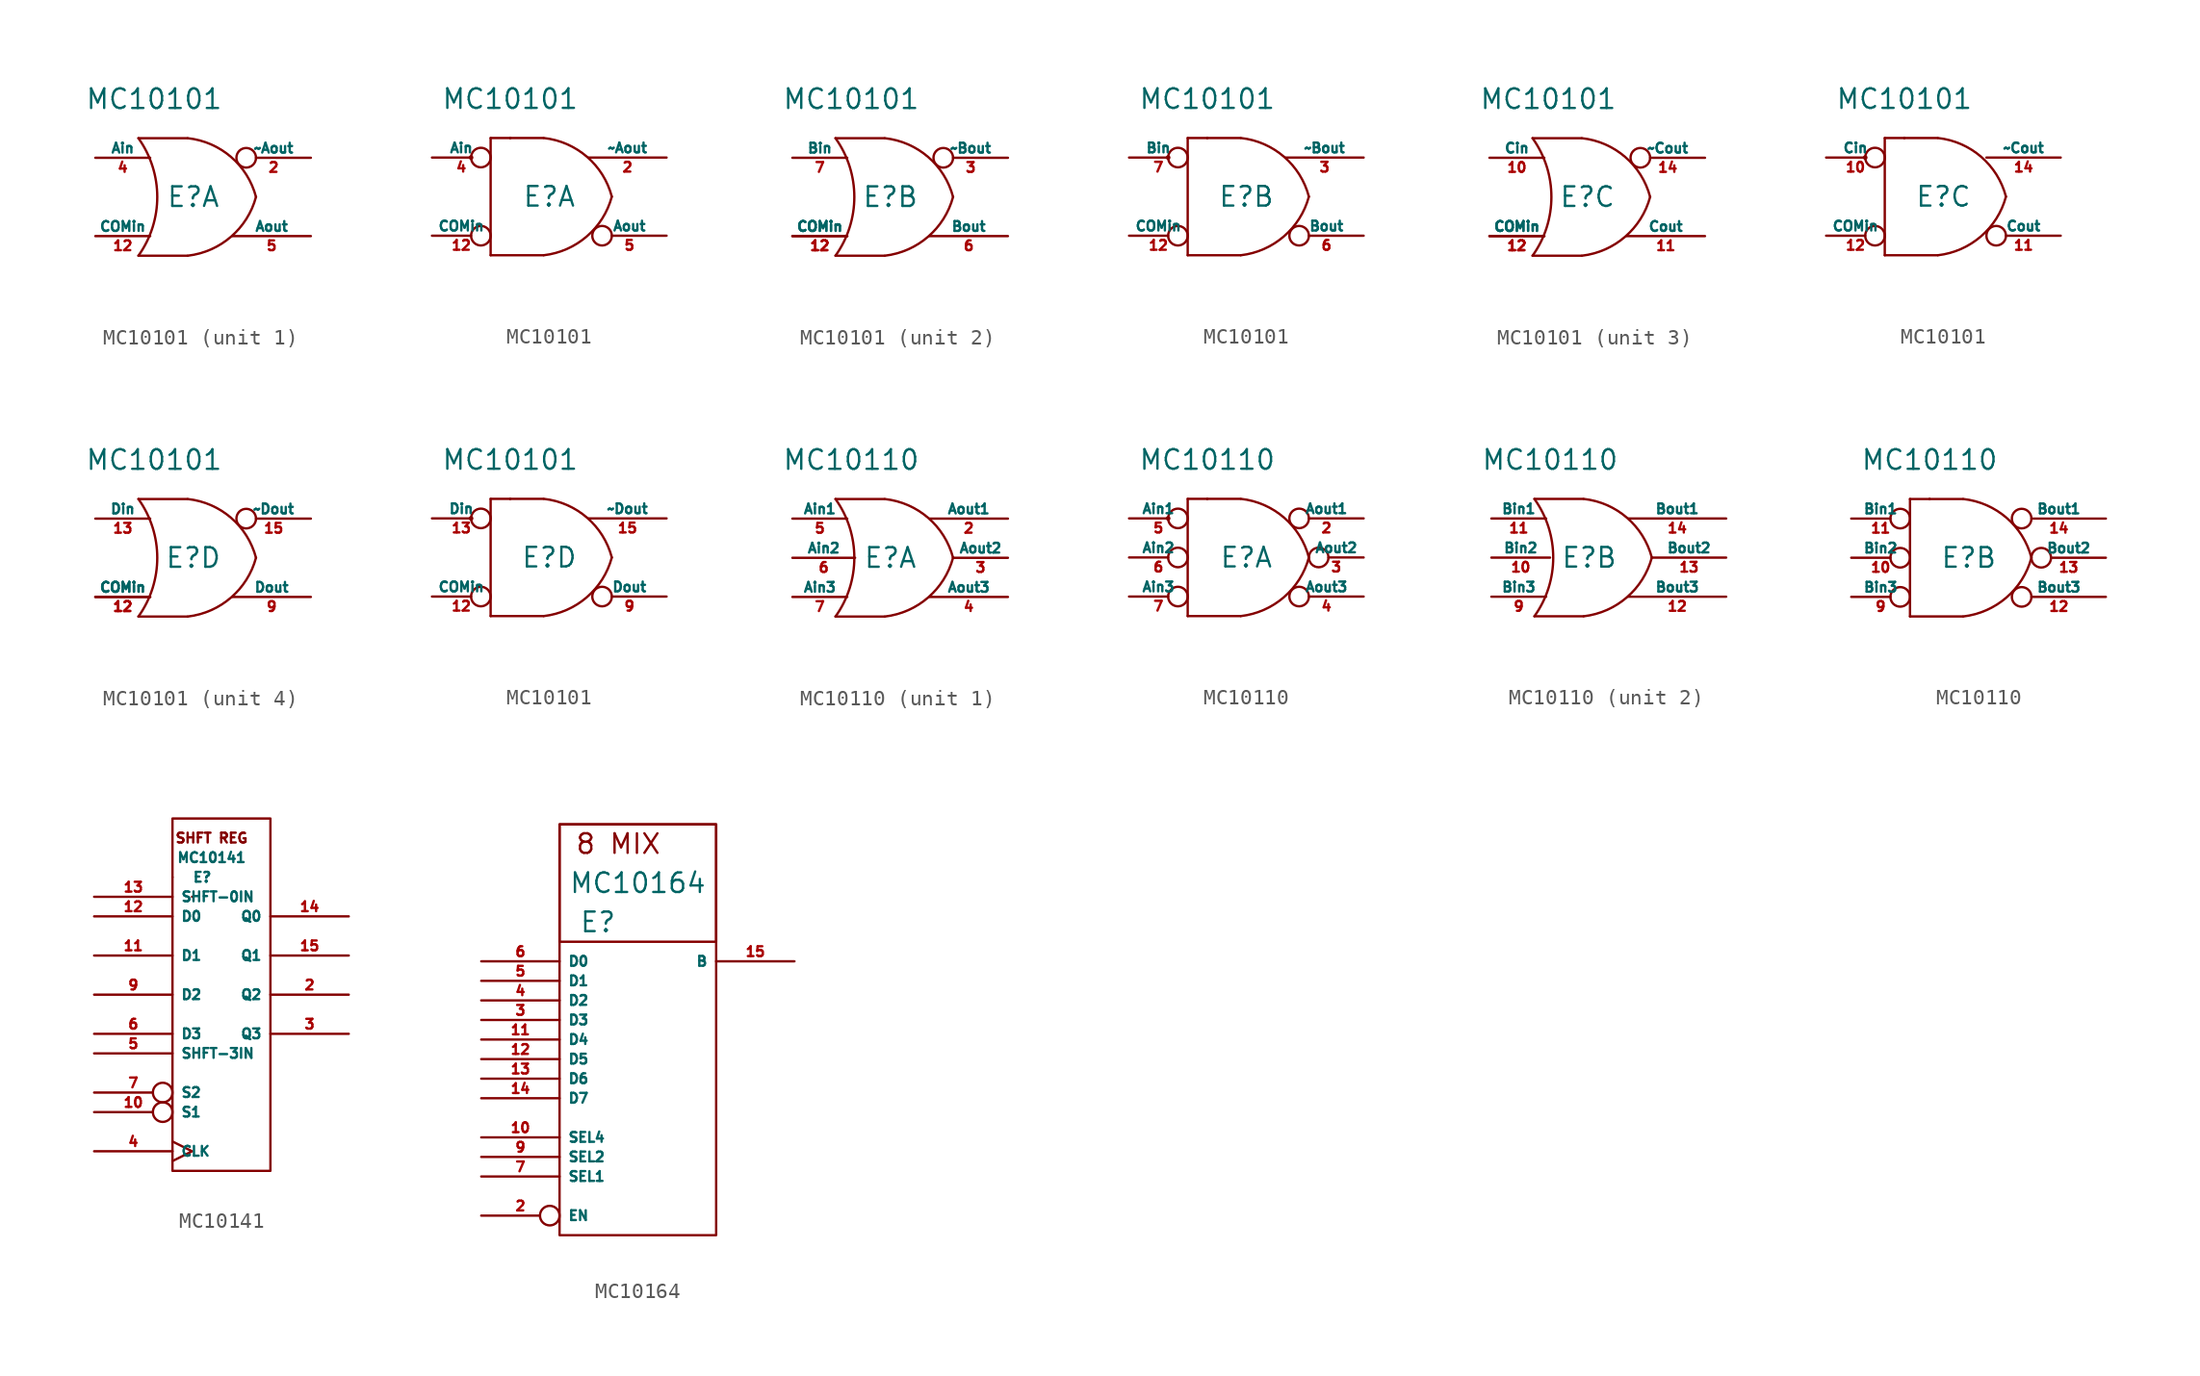
<source format=kicad_sym>
(kicad_symbol_lib
  (version 20211014)
  (generator kicad_symbol_editor)
  (symbol "MC10101"
    (pin_names
      (offset 0))
    (property "Reference" "E"
      (at -3.81 0 0)
      (effects (font (size 1.27 1.27))))
    (property "Value" "MC10101"
      (at -6.35 6.35 0)
      (effects (font (size 1.27 1.27))))
    (symbol "MC10101_0_0"
      (pin power_in line (at -6.35 6.35 270) (length 2.54) hide (name "VCC1" (effects (font (size 0.635 0.635)))) (number "1" (effects (font (size 0.635 0.635)))))
      (pin power_in line (at -1.27 6.35 270) (length 3.556) hide (name "VCC2" (effects (font (size 0.635 0.635)))) (number "16" (effects (font (size 0.635 0.635)))))
      (pin passive line (at -5.08 -6.35 90) (length 2.54) hide (name "VEE" (effects (font (size 0.635 0.635)))) (number "8" (effects (font (size 0.635 0.635))))))
    (symbol "MC10101_0_1"
      (arc (start -7.3662 -3.81) (mid -6.1452 0) (end -7.3662 3.81) (stroke (width 0) (type default) (color 0 0 0 0)) (fill (type none)))
      (arc (start -4.1658 -3.81) (mid -1.3707 -2.584) (end 0.2538 0) (stroke (width 0) (type default) (color 0 0 0 0)) (fill (type none)))
      (polyline (pts (xy -7.366 -3.81) (xy -4.191 -3.81)) (stroke (width 0) (type default) (color 0 0 0 0)) (fill (type none)))
      (polyline (pts (xy -7.366 3.81) (xy -4.191 3.81)) (stroke (width 0) (type default) (color 0 0 0 0)) (fill (type none)))
      (arc (start 0.2538 0) (mid -1.3634 2.5925) (end -4.1658 3.81) (stroke (width 0) (type default) (color 0 0 0 0)) (fill (type none)))
      (pin input line (at -10.16 -2.54 0) (length 3.556) (name "COMin" (effects (font (size 0.635 0.635)))) (number "12" (effects (font (size 0.635 0.635))))))
    (symbol "MC10101_0_2"
      (arc (start -4.1658 -3.81) (mid -1.3707 -2.584) (end 0.2538 0) (stroke (width 0) (type default) (color 0 0 0 0)) (fill (type none)))
      (polyline (pts (xy -7.62 -3.81) (xy -4.191 -3.81)) (stroke (width 0) (type default) (color 0 0 0 0)) (fill (type none)))
      (polyline (pts (xy -7.62 3.81) (xy -7.62 -3.81)) (stroke (width 0) (type default) (color 0 0 0 0)) (fill (type none)))
      (polyline (pts (xy -7.62 3.81) (xy -4.191 3.81)) (stroke (width 0) (type default) (color 0 0 0 0)) (fill (type none)))
      (polyline (pts (xy -6.35 3.81) (xy -6.35 3.81)) (stroke (width 0) (type default) (color 0 0 0 0)) (fill (type none)))
      (polyline (pts (xy -6.35 3.81) (xy -6.35 3.81)) (stroke (width 0) (type default) (color 0 0 0 0)) (fill (type none)))
      (arc (start 0.2538 0) (mid -1.3634 2.5925) (end -4.1658 3.81) (stroke (width 0) (type default) (color 0 0 0 0)) (fill (type none)))
      (pin input inverted (at -11.43 -2.54 0) (length 3.81) (name "COMin" (effects (font (size 0.635 0.635)))) (number "12" (effects (font (size 0.635 0.635))))))
    (symbol "MC10101_1_1"
      (pin output inverted (at 3.81 2.54 180) (length 4.826) (name "~Aout" (effects (font (size 0.635 0.635)))) (number "2" (effects (font (size 0.635 0.635)))))
      (pin input line (at -10.16 2.54 0) (length 3.556) (name "Ain" (effects (font (size 0.635 0.635)))) (number "4" (effects (font (size 0.635 0.635)))))
      (pin output line (at 3.81 -2.54 180) (length 5.08) (name "Aout" (effects (font (size 0.635 0.635)))) (number "5" (effects (font (size 0.635 0.635))))))
    (symbol "MC10101_1_2"
      (circle (center -8.89 2.54) (radius 0.0001) (stroke (width 0) (type default) (color 0 0 0 0)) (fill (type none)))
      (pin output line (at 3.81 2.54 180) (length 5.08) (name "~Aout" (effects (font (size 0.635 0.635)))) (number "2" (effects (font (size 0.635 0.635)))))
      (pin input inverted (at -11.43 2.54 0) (length 3.81) (name "Ain" (effects (font (size 0.635 0.635)))) (number "4" (effects (font (size 0.635 0.635)))))
      (pin output inverted (at 3.81 -2.54 180) (length 4.826) (name "Aout" (effects (font (size 0.635 0.635)))) (number "5" (effects (font (size 0.635 0.635))))))
    (symbol "MC10101_2_1"
      (pin input line (at -10.16 -2.54 0) (length 3.556) (name "COMin" (effects (font (size 0.635 0.635)))) (number "12" (effects (font (size 0.635 0.635)))))
      (pin output inverted (at 3.81 2.54 180) (length 4.826) (name "~Bout" (effects (font (size 0.635 0.635)))) (number "3" (effects (font (size 0.635 0.635)))))
      (pin output line (at 3.81 -2.54 180) (length 5.08) (name "Bout" (effects (font (size 0.635 0.635)))) (number "6" (effects (font (size 0.635 0.635)))))
      (pin input line (at -10.16 2.54 0) (length 3.556) (name "Bin" (effects (font (size 0.635 0.635)))) (number "7" (effects (font (size 0.635 0.635))))))
    (symbol "MC10101_2_2"
      (circle (center -8.89 2.54) (radius 0.0001) (stroke (width 0) (type default) (color 0 0 0 0)) (fill (type none)))
      (pin output line (at 3.81 2.54 180) (length 5.08) (name "~Bout" (effects (font (size 0.635 0.635)))) (number "3" (effects (font (size 0.635 0.635)))))
      (pin output inverted (at 3.81 -2.54 180) (length 4.826) (name "Bout" (effects (font (size 0.635 0.635)))) (number "6" (effects (font (size 0.635 0.635)))))
      (pin input inverted (at -11.43 2.54 0) (length 3.81) (name "Bin" (effects (font (size 0.635 0.635)))) (number "7" (effects (font (size 0.635 0.635))))))
    (symbol "MC10101_3_1"
      (pin input line (at -10.16 2.54 0) (length 3.556) (name "Cin" (effects (font (size 0.635 0.635)))) (number "10" (effects (font (size 0.635 0.635)))))
      (pin output line (at 3.81 -2.54 180) (length 5.08) (name "Cout" (effects (font (size 0.635 0.635)))) (number "11" (effects (font (size 0.635 0.635)))))
      (pin input line (at -10.16 -2.54 0) (length 3.556) (name "COMin" (effects (font (size 0.635 0.635)))) (number "12" (effects (font (size 0.635 0.635)))))
      (pin output inverted (at 3.81 2.54 180) (length 4.826) (name "~Cout" (effects (font (size 0.635 0.635)))) (number "14" (effects (font (size 0.635 0.635))))))
    (symbol "MC10101_3_2"
      (circle (center -8.89 2.54) (radius 0.0001) (stroke (width 0) (type default) (color 0 0 0 0)) (fill (type none)))
      (pin input inverted (at -11.43 2.54 0) (length 3.81) (name "Cin" (effects (font (size 0.635 0.635)))) (number "10" (effects (font (size 0.635 0.635)))))
      (pin output inverted (at 3.81 -2.54 180) (length 4.826) (name "Cout" (effects (font (size 0.635 0.635)))) (number "11" (effects (font (size 0.635 0.635)))))
      (pin output line (at 3.81 2.54 180) (length 4.826) (name "~Cout" (effects (font (size 0.635 0.635)))) (number "14" (effects (font (size 0.635 0.635))))))
    (symbol "MC10101_4_1"
      (pin input line (at -10.16 -2.54 0) (length 3.556) (name "COMin" (effects (font (size 0.635 0.635)))) (number "12" (effects (font (size 0.635 0.635)))))
      (pin input line (at -10.16 2.54 0) (length 3.556) (name "Din" (effects (font (size 0.635 0.635)))) (number "13" (effects (font (size 0.635 0.635)))))
      (pin output inverted (at 3.81 2.54 180) (length 4.826) (name "~Dout" (effects (font (size 0.635 0.635)))) (number "15" (effects (font (size 0.635 0.635)))))
      (pin output line (at 3.81 -2.54 180) (length 5.08) (name "Dout" (effects (font (size 0.635 0.635)))) (number "9" (effects (font (size 0.635 0.635))))))
    (symbol "MC10101_4_2"
      (circle (center -8.89 2.54) (radius 0.0001) (stroke (width 0) (type default) (color 0 0 0 0)) (fill (type none)))
      (pin input inverted (at -11.43 2.54 0) (length 3.81) (name "Din" (effects (font (size 0.635 0.635)))) (number "13" (effects (font (size 0.635 0.635)))))
      (pin output line (at 3.81 2.54 180) (length 5.08) (name "~Dout" (effects (font (size 0.635 0.635)))) (number "15" (effects (font (size 0.635 0.635)))))
      (pin output inverted (at 3.81 -2.54 180) (length 4.826) (name "Dout" (effects (font (size 0.635 0.635)))) (number "9" (effects (font (size 0.635 0.635)))))))
  (symbol "MC10110"
    (pin_names
      (offset 0))
    (property "Reference" "E"
      (at -3.81 0 0)
      (effects (font (size 1.27 1.27))))
    (property "Value" "MC10110"
      (at -6.35 6.35 0)
      (effects (font (size 1.27 1.27))))
    (symbol "MC10110_0_0"
      (pin power_in line (at -6.35 6.35 270) (length 2.54) hide (name "VCC1" (effects (font (size 0.635 0.635)))) (number "1" (effects (font (size 0.635 0.635)))))
      (pin power_in line (at -3.81 6.35 270) (length 2.54) hide (name "VCC1" (effects (font (size 0.635 0.635)))) (number "15" (effects (font (size 0.635 0.635)))))
      (pin power_in line (at -1.27 6.35 270) (length 3.556) hide (name "VCC2" (effects (font (size 0.635 0.635)))) (number "16" (effects (font (size 0.635 0.635)))))
      (pin passive line (at -5.08 -6.35 90) (length 2.54) hide (name "VEE" (effects (font (size 0.635 0.635)))) (number "8" (effects (font (size 0.635 0.635))))))
    (symbol "MC10110_0_1"
      (arc (start -7.3662 -3.81) (mid -6.1452 0) (end -7.3662 3.81) (stroke (width 0) (type default) (color 0 0 0 0)) (fill (type none)))
      (arc (start -4.1658 -3.81) (mid -1.3707 -2.584) (end 0.2538 0) (stroke (width 0) (type default) (color 0 0 0 0)) (fill (type none)))
      (polyline (pts (xy -7.366 -3.81) (xy -4.191 -3.81)) (stroke (width 0) (type default) (color 0 0 0 0)) (fill (type none)))
      (polyline (pts (xy -7.366 3.81) (xy -4.191 3.81)) (stroke (width 0) (type default) (color 0 0 0 0)) (fill (type none)))
      (arc (start 0.2538 0) (mid -1.3634 2.5925) (end -4.1658 3.81) (stroke (width 0) (type default) (color 0 0 0 0)) (fill (type none))))
    (symbol "MC10110_0_2"
      (arc (start -4.1658 -3.81) (mid -1.3707 -2.584) (end 0.2538 0) (stroke (width 0) (type default) (color 0 0 0 0)) (fill (type none)))
      (polyline (pts (xy -7.62 -3.81) (xy -4.191 -3.81)) (stroke (width 0) (type default) (color 0 0 0 0)) (fill (type none)))
      (polyline (pts (xy -7.62 3.81) (xy -7.62 -3.81)) (stroke (width 0) (type default) (color 0 0 0 0)) (fill (type none)))
      (polyline (pts (xy -7.62 3.81) (xy -4.191 3.81)) (stroke (width 0) (type default) (color 0 0 0 0)) (fill (type none)))
      (polyline (pts (xy -6.35 3.81) (xy -6.35 3.81)) (stroke (width 0) (type default) (color 0 0 0 0)) (fill (type none)))
      (polyline (pts (xy -6.35 3.81) (xy -6.35 3.81)) (stroke (width 0) (type default) (color 0 0 0 0)) (fill (type none)))
      (arc (start 0.2538 0) (mid -1.3634 2.5925) (end -4.1658 3.81) (stroke (width 0) (type default) (color 0 0 0 0)) (fill (type none))))
    (symbol "MC10110_1_1"
      (pin output line (at 3.81 2.54 180) (length 5.08) (name "Aout1" (effects (font (size 0.635 0.635)))) (number "2" (effects (font (size 0.635 0.635)))))
      (pin output line (at 3.81 0 180) (length 3.556) (name "Aout2" (effects (font (size 0.635 0.635)))) (number "3" (effects (font (size 0.635 0.635)))))
      (pin output line (at 3.81 -2.54 180) (length 5.08) (name "Aout3" (effects (font (size 0.635 0.635)))) (number "4" (effects (font (size 0.635 0.635)))))
      (pin input line (at -10.16 2.54 0) (length 3.556) (name "Ain1" (effects (font (size 0.635 0.635)))) (number "5" (effects (font (size 0.635 0.635)))))
      (pin input line (at -10.16 0 0) (length 4.064) (name "Ain2" (effects (font (size 0.635 0.635)))) (number "6" (effects (font (size 0.635 0.635)))))
      (pin input line (at -10.16 -2.54 0) (length 3.556) (name "Ain3" (effects (font (size 0.635 0.635)))) (number "7" (effects (font (size 0.635 0.635))))))
    (symbol "MC10110_1_2"
      (circle (center -8.89 2.54) (radius 0.0001) (stroke (width 0) (type default) (color 0 0 0 0)) (fill (type none)))
      (pin output inverted (at 3.81 2.54 180) (length 4.826) (name "Aout1" (effects (font (size 0.635 0.635)))) (number "2" (effects (font (size 0.635 0.635)))))
      (pin output inverted (at 3.81 0 180) (length 3.556) (name "Aout2" (effects (font (size 0.635 0.635)))) (number "3" (effects (font (size 0.635 0.635)))))
      (pin output inverted (at 3.81 -2.54 180) (length 4.826) (name "Aout3" (effects (font (size 0.635 0.635)))) (number "4" (effects (font (size 0.635 0.635)))))
      (pin input inverted (at -11.43 2.54 0) (length 3.81) (name "Ain1" (effects (font (size 0.635 0.635)))) (number "5" (effects (font (size 0.635 0.635)))))
      (pin input inverted (at -11.43 0 0) (length 3.81) (name "Ain2" (effects (font (size 0.635 0.635)))) (number "6" (effects (font (size 0.635 0.635)))))
      (pin input inverted (at -11.43 -2.54 0) (length 3.81) (name "Ain3" (effects (font (size 0.635 0.635)))) (number "7" (effects (font (size 0.635 0.635))))))
    (symbol "MC10110_2_1"
      (pin input line (at -10.16 0 0) (length 3.81) (name "Bin2" (effects (font (size 0.635 0.635)))) (number "10" (effects (font (size 0.635 0.635)))))
      (pin input line (at -10.16 2.54 0) (length 3.556) (name "Bin1" (effects (font (size 0.635 0.635)))) (number "11" (effects (font (size 0.635 0.635)))))
      (pin output line (at 5.08 -2.54 180) (length 6.35) (name "Bout3" (effects (font (size 0.635 0.635)))) (number "12" (effects (font (size 0.635 0.635)))))
      (pin output line (at 5.08 0 180) (length 4.826) (name "Bout2" (effects (font (size 0.635 0.635)))) (number "13" (effects (font (size 0.635 0.635)))))
      (pin output line (at 5.08 2.54 180) (length 6.35) (name "Bout1" (effects (font (size 0.635 0.635)))) (number "14" (effects (font (size 0.635 0.635)))))
      (pin input line (at -10.16 -2.54 0) (length 3.556) (name "Bin3" (effects (font (size 0.635 0.635)))) (number "9" (effects (font (size 0.635 0.635))))))
    (symbol "MC10110_2_2"
      (pin input inverted (at -11.43 0 0) (length 3.81) (name "Bin2" (effects (font (size 0.635 0.635)))) (number "10" (effects (font (size 0.635 0.635)))))
      (pin input inverted (at -11.43 2.54 0) (length 3.81) (name "Bin1" (effects (font (size 0.635 0.635)))) (number "11" (effects (font (size 0.635 0.635)))))
      (pin output inverted (at 5.08 -2.54 180) (length 6.096) (name "Bout3" (effects (font (size 0.635 0.635)))) (number "12" (effects (font (size 0.635 0.635)))))
      (pin output inverted (at 5.08 0 180) (length 4.826) (name "Bout2" (effects (font (size 0.635 0.635)))) (number "13" (effects (font (size 0.635 0.635)))))
      (pin output inverted (at 5.08 2.54 180) (length 6.096) (name "Bout1" (effects (font (size 0.635 0.635)))) (number "14" (effects (font (size 0.635 0.635)))))
      (pin input inverted (at -11.43 -2.54 0) (length 3.81) (name "Bin3" (effects (font (size 0.635 0.635)))) (number "9" (effects (font (size 0.635 0.635)))))))
  (symbol "MC10141"
    (property "Reference" "E"
      (at 1.27 17.78 0)
      (effects (font (size 0.635 0.635)) (justify left)))
    (property "Value" "MC10141"
      (at 2.54 19.05 0)
      (effects (font (size 0.635 0.635))))
    (symbol "MC10141_0_0"
      (rectangle (start 0 17.78) (end 0 17.78) (stroke (width 0) (type default) (color 0 0 0 0)) (fill (type none)))
      (rectangle (start 1.27 16.51) (end 1.27 16.51) (stroke (width 0) (type default) (color 0 0 0 0)) (fill (type none)))
      (text "SHFT REG" (at 2.54 20.32 0) (effects (font (size 0.635 0.635)))))
    (symbol "MC10141_0_1"
      (rectangle (start 0 21.59) (end 6.35 -1.27) (stroke (width 0) (type default) (color 0 0 0 0)) (fill (type none))))
    (symbol "MC10141_1_1"
      (pin input inverted (at -5.08 2.54 0) (length 5.08) (name "S1" (effects (font (size 0.635 0.635)))) (number "10" (effects (font (size 0.635 0.635)))))
      (pin input line (at -5.08 12.7 0) (length 5.08) (name "D1" (effects (font (size 0.635 0.635)))) (number "11" (effects (font (size 0.635 0.635)))))
      (pin input line (at -5.08 15.24 0) (length 5.08) (name "D0" (effects (font (size 0.635 0.635)))) (number "12" (effects (font (size 0.635 0.635)))))
      (pin input line (at -5.08 16.51 0) (length 5.08) (name "SHFT-0IN" (effects (font (size 0.635 0.635)))) (number "13" (effects (font (size 0.635 0.635)))))
      (pin output line (at 11.43 15.24 180) (length 5.08) (name "Q0" (effects (font (size 0.635 0.635)))) (number "14" (effects (font (size 0.635 0.635)))))
      (pin output line (at 11.43 12.7 180) (length 5.08) (name "Q1" (effects (font (size 0.635 0.635)))) (number "15" (effects (font (size 0.635 0.635)))))
      (pin output line (at 11.43 10.16 180) (length 5.08) (name "Q2" (effects (font (size 0.635 0.635)))) (number "2" (effects (font (size 0.635 0.635)))))
      (pin output line (at 11.43 7.62 180) (length 5.08) (name "Q3" (effects (font (size 0.635 0.635)))) (number "3" (effects (font (size 0.635 0.635)))))
      (pin input clock (at -5.08 0 0) (length 5.08) (name "CLK" (effects (font (size 0.635 0.635)))) (number "4" (effects (font (size 0.635 0.635)))))
      (pin input line (at -5.08 6.35 0) (length 5.08) (name "SHFT-3IN" (effects (font (size 0.635 0.635)))) (number "5" (effects (font (size 0.635 0.635)))))
      (pin input line (at -5.08 7.62 0) (length 5.08) (name "D3" (effects (font (size 0.635 0.635)))) (number "6" (effects (font (size 0.635 0.635)))))
      (pin input inverted (at -5.08 3.81 0) (length 5.08) (name "S2" (effects (font (size 0.635 0.635)))) (number "7" (effects (font (size 0.635 0.635)))))
      (pin input line (at -5.08 10.16 0) (length 5.08) (name "D2" (effects (font (size 0.635 0.635)))) (number "9" (effects (font (size 0.635 0.635)))))))
  (symbol "MC10164"
    (property "Reference" "E"
      (at -3.81 -5.08 0)
      (effects (font (size 1.27 1.27)) (justify left)))
    (property "Value" "MC10164"
      (at 0 -2.54 0)
      (effects (font (size 1.27 1.27))))
    (symbol "MC10164_0_0"
      (rectangle (start -5.08 1.27) (end 5.08 -25.4) (stroke (width 0) (type default) (color 0 0 0 0)) (fill (type none)))
      (rectangle (start 5.08 -6.35) (end -5.08 1.27) (stroke (width 0) (type default) (color 0 0 0 0)) (fill (type none)))
      (text "8 MIX" (at -1.27 0 0) (effects (font (size 1.27 1.27)))))
    (symbol "MC10164_1_1"
      (pin input line (at -10.16 -19.05 0) (length 5.08) (name "SEL4" (effects (font (size 0.635 0.635)))) (number "10" (effects (font (size 0.635 0.635)))))
      (pin input line (at -10.16 -12.7 0) (length 5.08) (name "D4" (effects (font (size 0.635 0.635)))) (number "11" (effects (font (size 0.635 0.635)))))
      (pin input line (at -10.16 -13.97 0) (length 5.08) (name "D5" (effects (font (size 0.635 0.635)))) (number "12" (effects (font (size 0.635 0.635)))))
      (pin input line (at -10.16 -15.24 0) (length 5.08) (name "D6" (effects (font (size 0.635 0.635)))) (number "13" (effects (font (size 0.635 0.635)))))
      (pin input line (at -10.16 -16.51 0) (length 5.08) (name "D7" (effects (font (size 0.635 0.635)))) (number "14" (effects (font (size 0.635 0.635)))))
      (pin output line (at 10.16 -7.62 180) (length 5.08) (name "B" (effects (font (size 0.635 0.635)))) (number "15" (effects (font (size 0.635 0.635)))))
      (pin input inverted (at -10.16 -24.13 0) (length 5.08) (name "EN" (effects (font (size 0.635 0.635)))) (number "2" (effects (font (size 0.635 0.635)))))
      (pin input line (at -10.16 -11.43 0) (length 5.08) (name "D3" (effects (font (size 0.635 0.635)))) (number "3" (effects (font (size 0.635 0.635)))))
      (pin input line (at -10.16 -10.16 0) (length 5.08) (name "D2" (effects (font (size 0.635 0.635)))) (number "4" (effects (font (size 0.635 0.635)))))
      (pin input line (at -10.16 -8.89 0) (length 5.08) (name "D1" (effects (font (size 0.635 0.635)))) (number "5" (effects (font (size 0.635 0.635)))))
      (pin input line (at -10.16 -7.62 0) (length 5.08) (name "D0" (effects (font (size 0.635 0.635)))) (number "6" (effects (font (size 0.635 0.635)))))
      (pin input line (at -10.16 -21.59 0) (length 5.08) (name "SEL1" (effects (font (size 0.635 0.635)))) (number "7" (effects (font (size 0.635 0.635)))))
      (pin input line (at -10.16 -20.32 0) (length 5.08) (name "SEL2" (effects (font (size 0.635 0.635)))) (number "9" (effects (font (size 0.635 0.635))))))))
</source>
